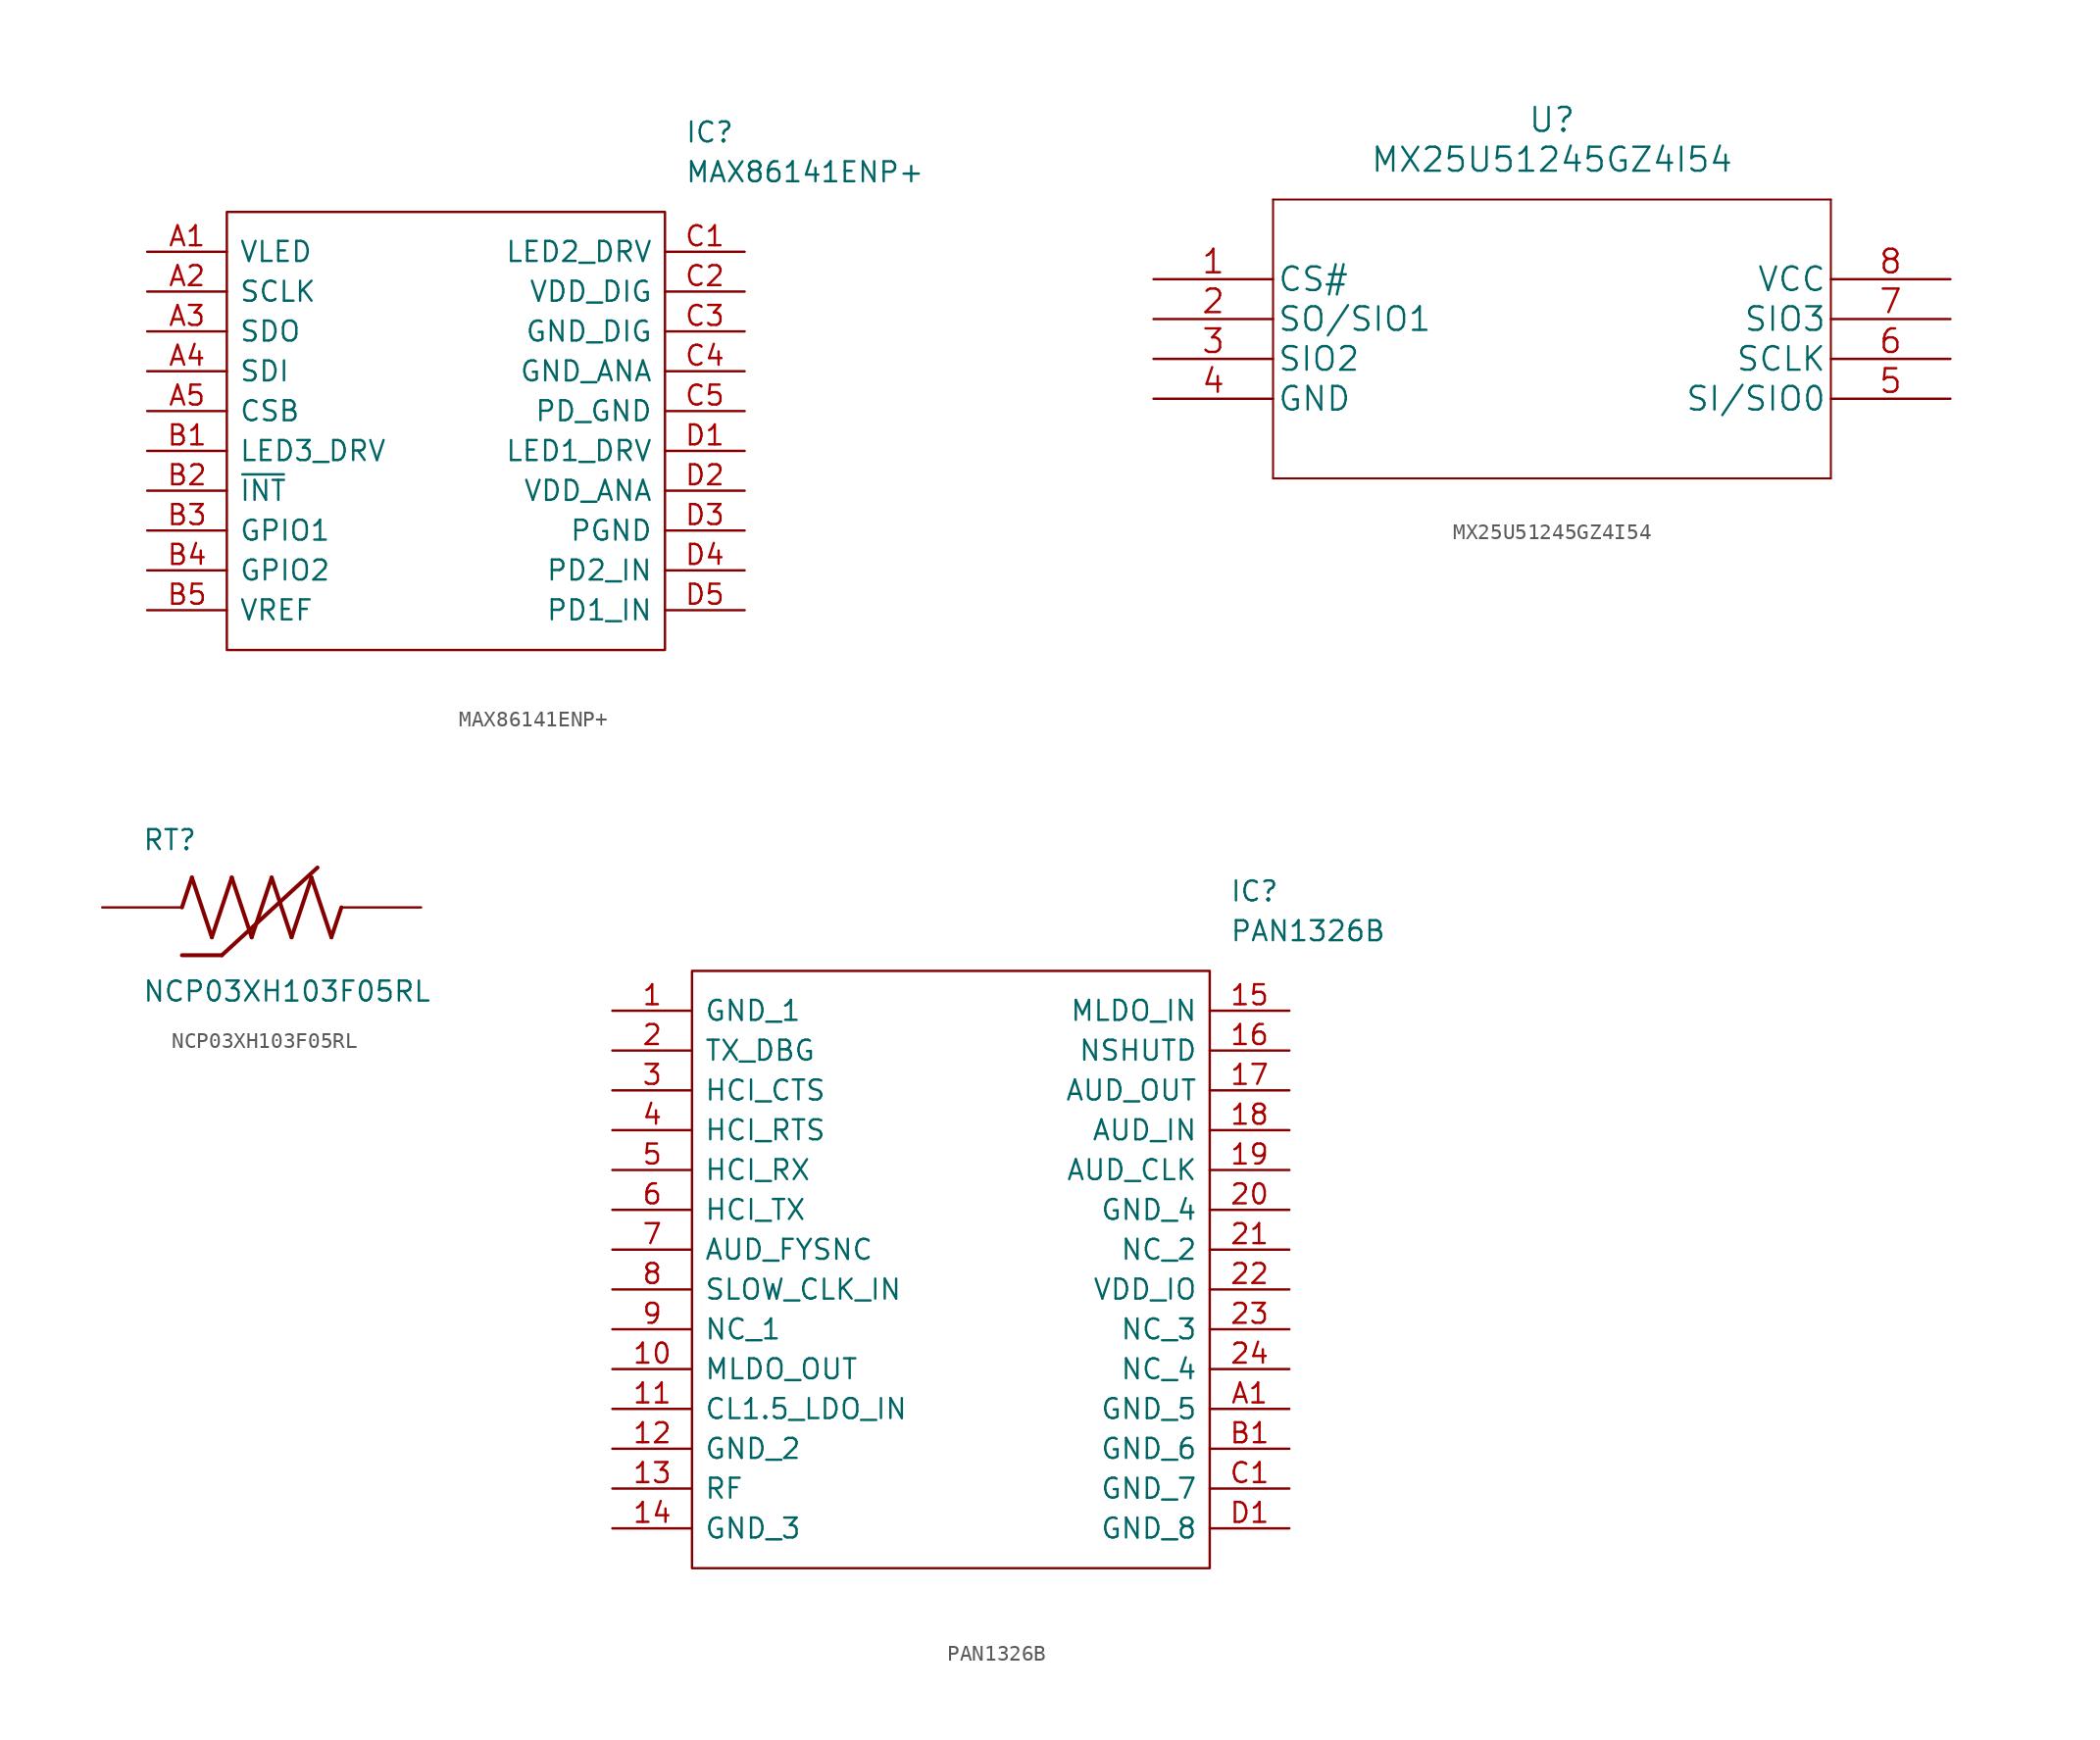
<source format=kicad_sym>
(kicad_symbol_lib
  (version 20211014)
  (generator kicad_symbol_editor)
  (symbol "MAX86141ENP+"
    (pin_names
      (offset 0.762))
    (property "Reference" "IC"
      (at 34.29 7.62 0)
      (effects (font (size 1.27 1.27)) (justify left)))
    (property "Value" "MAX86141ENP+"
      (at 34.29 5.08 0)
      (effects (font (size 1.27 1.27)) (justify left)))
    (symbol "MAX86141ENP+_0_0"
      (pin passive line (at 0 0 0) (length 5.08) (name "VLED" (effects (font (size 1.27 1.27)))) (number "A1" (effects (font (size 1.27 1.27)))))
      (pin passive line (at 0 -2.54 0) (length 5.08) (name "SCLK" (effects (font (size 1.27 1.27)))) (number "A2" (effects (font (size 1.27 1.27)))))
      (pin passive line (at 0 -5.08 0) (length 5.08) (name "SDO" (effects (font (size 1.27 1.27)))) (number "A3" (effects (font (size 1.27 1.27)))))
      (pin passive line (at 0 -7.62 0) (length 5.08) (name "SDI" (effects (font (size 1.27 1.27)))) (number "A4" (effects (font (size 1.27 1.27)))))
      (pin passive line (at 0 -10.16 0) (length 5.08) (name "CSB" (effects (font (size 1.27 1.27)))) (number "A5" (effects (font (size 1.27 1.27)))))
      (pin passive line (at 0 -12.7 0) (length 5.08) (name "LED3_DRV" (effects (font (size 1.27 1.27)))) (number "B1" (effects (font (size 1.27 1.27)))))
      (pin passive line (at 0 -15.24 0) (length 5.08) (name "~{INT}" (effects (font (size 1.27 1.27)))) (number "B2" (effects (font (size 1.27 1.27)))))
      (pin passive line (at 0 -17.78 0) (length 5.08) (name "GPIO1" (effects (font (size 1.27 1.27)))) (number "B3" (effects (font (size 1.27 1.27)))))
      (pin passive line (at 0 -20.32 0) (length 5.08) (name "GPIO2" (effects (font (size 1.27 1.27)))) (number "B4" (effects (font (size 1.27 1.27)))))
      (pin passive line (at 0 -22.86 0) (length 5.08) (name "VREF" (effects (font (size 1.27 1.27)))) (number "B5" (effects (font (size 1.27 1.27)))))
      (pin passive line (at 38.1 0 180) (length 5.08) (name "LED2_DRV" (effects (font (size 1.27 1.27)))) (number "C1" (effects (font (size 1.27 1.27)))))
      (pin passive line (at 38.1 -2.54 180) (length 5.08) (name "VDD_DIG" (effects (font (size 1.27 1.27)))) (number "C2" (effects (font (size 1.27 1.27)))))
      (pin passive line (at 38.1 -5.08 180) (length 5.08) (name "GND_DIG" (effects (font (size 1.27 1.27)))) (number "C3" (effects (font (size 1.27 1.27)))))
      (pin passive line (at 38.1 -7.62 180) (length 5.08) (name "GND_ANA" (effects (font (size 1.27 1.27)))) (number "C4" (effects (font (size 1.27 1.27)))))
      (pin passive line (at 38.1 -10.16 180) (length 5.08) (name "PD_GND" (effects (font (size 1.27 1.27)))) (number "C5" (effects (font (size 1.27 1.27)))))
      (pin passive line (at 38.1 -12.7 180) (length 5.08) (name "LED1_DRV" (effects (font (size 1.27 1.27)))) (number "D1" (effects (font (size 1.27 1.27)))))
      (pin passive line (at 38.1 -15.24 180) (length 5.08) (name "VDD_ANA" (effects (font (size 1.27 1.27)))) (number "D2" (effects (font (size 1.27 1.27)))))
      (pin passive line (at 38.1 -17.78 180) (length 5.08) (name "PGND" (effects (font (size 1.27 1.27)))) (number "D3" (effects (font (size 1.27 1.27)))))
      (pin passive line (at 38.1 -20.32 180) (length 5.08) (name "PD2_IN" (effects (font (size 1.27 1.27)))) (number "D4" (effects (font (size 1.27 1.27)))))
      (pin passive line (at 38.1 -22.86 180) (length 5.08) (name "PD1_IN" (effects (font (size 1.27 1.27)))) (number "D5" (effects (font (size 1.27 1.27))))))
    (symbol "MAX86141ENP+_0_1"
      (polyline (pts (xy 5.08 2.54) (xy 33.02 2.54) (xy 33.02 -25.4) (xy 5.08 -25.4) (xy 5.08 2.54)) (stroke (width 0.152) (type default) (color 0 0 0 0)) (fill (type none)))))
  (symbol "MX25U51245GZ4I54"
    (pin_names
      (offset 0.254))
    (property "Reference" "U"
      (at 25.4 10.16 0)
      (effects (font (size 1.524 1.524))))
    (property "Value" "MX25U51245GZ4I54"
      (at 25.4 7.62 0)
      (effects (font (size 1.524 1.524))))
    (property "Datasheet" ""
      (at 0 0 0)
      (effects (font (size 1.524 1.524))))
    (symbol "MX25U51245GZ4I54_1_1"
      (polyline (pts (xy 7.62 -12.7) (xy 43.18 -12.7)) (stroke (width 0.127) (type default) (color 0 0 0 0)) (fill (type none)))
      (polyline (pts (xy 7.62 5.08) (xy 7.62 -12.7)) (stroke (width 0.127) (type default) (color 0 0 0 0)) (fill (type none)))
      (polyline (pts (xy 43.18 -12.7) (xy 43.18 5.08)) (stroke (width 0.127) (type default) (color 0 0 0 0)) (fill (type none)))
      (polyline (pts (xy 43.18 5.08) (xy 7.62 5.08)) (stroke (width 0.127) (type default) (color 0 0 0 0)) (fill (type none)))
      (pin bidirectional line (at 0 0 0) (length 7.62) (name "CS#" (effects (font (size 1.499 1.499)))) (number "1" (effects (font (size 1.499 1.499)))))
      (pin bidirectional line (at 0 -2.54 0) (length 7.62) (name "SO/SIO1" (effects (font (size 1.499 1.499)))) (number "2" (effects (font (size 1.499 1.499)))))
      (pin bidirectional line (at 0 -5.08 0) (length 7.62) (name "SIO2" (effects (font (size 1.499 1.499)))) (number "3" (effects (font (size 1.499 1.499)))))
      (pin power_in line (at 0 -7.62 0) (length 7.62) (name "GND" (effects (font (size 1.499 1.499)))) (number "4" (effects (font (size 1.499 1.499)))))
      (pin bidirectional line (at 50.8 -7.62 180) (length 7.62) (name "SI/SIO0" (effects (font (size 1.499 1.499)))) (number "5" (effects (font (size 1.499 1.499)))))
      (pin input line (at 50.8 -5.08 180) (length 7.62) (name "SCLK" (effects (font (size 1.499 1.499)))) (number "6" (effects (font (size 1.499 1.499)))))
      (pin bidirectional line (at 50.8 -2.54 180) (length 7.62) (name "SIO3" (effects (font (size 1.499 1.499)))) (number "7" (effects (font (size 1.499 1.499)))))
      (pin power_in line (at 50.8 0 180) (length 7.62) (name "VCC" (effects (font (size 1.499 1.499)))) (number "8" (effects (font (size 1.499 1.499)))))))
  (symbol "NCP03XH103F05RL"
    (pin_numbers hide)
    (pin_names
      (offset 1.016) hide)
    (property "Reference" "RT"
      (at -7.62 3.556 0)
      (effects (font (size 1.27 1.27)) (justify left bottom)))
    (property "Value" "NCP03XH103F05RL"
      (at -7.62 -6.096 0)
      (effects (font (size 1.27 1.27)) (justify left bottom)))
    (symbol "NCP03XH103F05RL_0_0"
      (polyline (pts (xy -5.08 0) (xy -4.445 1.905)) (stroke (width 0.254) (type default) (color 0 0 0 0)) (fill (type none)))
      (polyline (pts (xy -4.445 1.905) (xy -3.175 -1.905)) (stroke (width 0.254) (type default) (color 0 0 0 0)) (fill (type none)))
      (polyline (pts (xy -3.175 -1.905) (xy -1.905 1.905)) (stroke (width 0.254) (type default) (color 0 0 0 0)) (fill (type none)))
      (polyline (pts (xy -2.54 -3.048) (xy -5.08 -3.048)) (stroke (width 0.254) (type default) (color 0 0 0 0)) (fill (type none)))
      (polyline (pts (xy -2.54 -3.048) (xy 3.556 2.54)) (stroke (width 0.254) (type default) (color 0 0 0 0)) (fill (type none)))
      (polyline (pts (xy -1.905 1.905) (xy -0.635 -1.905)) (stroke (width 0.254) (type default) (color 0 0 0 0)) (fill (type none)))
      (polyline (pts (xy -0.635 -1.905) (xy 0.635 1.905)) (stroke (width 0.254) (type default) (color 0 0 0 0)) (fill (type none)))
      (polyline (pts (xy 0.635 1.905) (xy 1.905 -1.905)) (stroke (width 0.254) (type default) (color 0 0 0 0)) (fill (type none)))
      (polyline (pts (xy 1.905 -1.905) (xy 3.175 1.905)) (stroke (width 0.254) (type default) (color 0 0 0 0)) (fill (type none)))
      (polyline (pts (xy 3.175 1.905) (xy 4.445 -1.905)) (stroke (width 0.254) (type default) (color 0 0 0 0)) (fill (type none)))
      (polyline (pts (xy 4.445 -1.905) (xy 5.08 0)) (stroke (width 0.254) (type default) (color 0 0 0 0)) (fill (type none)))
      (pin passive line (at -10.16 0 0) (length 5.08) (name "~" (effects (font (size 1.016 1.016)))) (number "1" (effects (font (size 1.016 1.016)))))
      (pin passive line (at 10.16 0 180) (length 5.08) (name "~" (effects (font (size 1.016 1.016)))) (number "2" (effects (font (size 1.016 1.016)))))))
  (symbol "PAN1326B"
    (pin_names
      (offset 0.762))
    (property "Reference" "IC"
      (at 39.37 7.62 0)
      (effects (font (size 1.27 1.27)) (justify left)))
    (property "Value" "PAN1326B"
      (at 39.37 5.08 0)
      (effects (font (size 1.27 1.27)) (justify left)))
    (symbol "PAN1326B_0_0"
      (pin passive line (at 0 0 0) (length 5.08) (name "GND_1" (effects (font (size 1.27 1.27)))) (number "1" (effects (font (size 1.27 1.27)))))
      (pin passive line (at 0 -22.86 0) (length 5.08) (name "MLDO_OUT" (effects (font (size 1.27 1.27)))) (number "10" (effects (font (size 1.27 1.27)))))
      (pin passive line (at 0 -25.4 0) (length 5.08) (name "CL1.5_LDO_IN" (effects (font (size 1.27 1.27)))) (number "11" (effects (font (size 1.27 1.27)))))
      (pin passive line (at 0 -27.94 0) (length 5.08) (name "GND_2" (effects (font (size 1.27 1.27)))) (number "12" (effects (font (size 1.27 1.27)))))
      (pin passive line (at 0 -30.48 0) (length 5.08) (name "RF" (effects (font (size 1.27 1.27)))) (number "13" (effects (font (size 1.27 1.27)))))
      (pin passive line (at 0 -33.02 0) (length 5.08) (name "GND_3" (effects (font (size 1.27 1.27)))) (number "14" (effects (font (size 1.27 1.27)))))
      (pin passive line (at 43.18 0 180) (length 5.08) (name "MLDO_IN" (effects (font (size 1.27 1.27)))) (number "15" (effects (font (size 1.27 1.27)))))
      (pin passive line (at 43.18 -2.54 180) (length 5.08) (name "NSHUTD" (effects (font (size 1.27 1.27)))) (number "16" (effects (font (size 1.27 1.27)))))
      (pin passive line (at 43.18 -5.08 180) (length 5.08) (name "AUD_OUT" (effects (font (size 1.27 1.27)))) (number "17" (effects (font (size 1.27 1.27)))))
      (pin passive line (at 43.18 -7.62 180) (length 5.08) (name "AUD_IN" (effects (font (size 1.27 1.27)))) (number "18" (effects (font (size 1.27 1.27)))))
      (pin passive line (at 43.18 -10.16 180) (length 5.08) (name "AUD_CLK" (effects (font (size 1.27 1.27)))) (number "19" (effects (font (size 1.27 1.27)))))
      (pin passive line (at 0 -2.54 0) (length 5.08) (name "TX_DBG" (effects (font (size 1.27 1.27)))) (number "2" (effects (font (size 1.27 1.27)))))
      (pin passive line (at 43.18 -12.7 180) (length 5.08) (name "GND_4" (effects (font (size 1.27 1.27)))) (number "20" (effects (font (size 1.27 1.27)))))
      (pin passive line (at 43.18 -15.24 180) (length 5.08) (name "NC_2" (effects (font (size 1.27 1.27)))) (number "21" (effects (font (size 1.27 1.27)))))
      (pin passive line (at 43.18 -17.78 180) (length 5.08) (name "VDD_IO" (effects (font (size 1.27 1.27)))) (number "22" (effects (font (size 1.27 1.27)))))
      (pin passive line (at 43.18 -20.32 180) (length 5.08) (name "NC_3" (effects (font (size 1.27 1.27)))) (number "23" (effects (font (size 1.27 1.27)))))
      (pin passive line (at 43.18 -22.86 180) (length 5.08) (name "NC_4" (effects (font (size 1.27 1.27)))) (number "24" (effects (font (size 1.27 1.27)))))
      (pin passive line (at 0 -5.08 0) (length 5.08) (name "HCI_CTS" (effects (font (size 1.27 1.27)))) (number "3" (effects (font (size 1.27 1.27)))))
      (pin passive line (at 0 -7.62 0) (length 5.08) (name "HCI_RTS" (effects (font (size 1.27 1.27)))) (number "4" (effects (font (size 1.27 1.27)))))
      (pin passive line (at 0 -10.16 0) (length 5.08) (name "HCI_RX" (effects (font (size 1.27 1.27)))) (number "5" (effects (font (size 1.27 1.27)))))
      (pin passive line (at 0 -12.7 0) (length 5.08) (name "HCI_TX" (effects (font (size 1.27 1.27)))) (number "6" (effects (font (size 1.27 1.27)))))
      (pin passive line (at 0 -15.24 0) (length 5.08) (name "AUD_FYSNC" (effects (font (size 1.27 1.27)))) (number "7" (effects (font (size 1.27 1.27)))))
      (pin passive line (at 0 -17.78 0) (length 5.08) (name "SLOW_CLK_IN" (effects (font (size 1.27 1.27)))) (number "8" (effects (font (size 1.27 1.27)))))
      (pin passive line (at 0 -20.32 0) (length 5.08) (name "NC_1" (effects (font (size 1.27 1.27)))) (number "9" (effects (font (size 1.27 1.27)))))
      (pin passive line (at 43.18 -25.4 180) (length 5.08) (name "GND_5" (effects (font (size 1.27 1.27)))) (number "A1" (effects (font (size 1.27 1.27)))))
      (pin passive line (at 43.18 -27.94 180) (length 5.08) (name "GND_6" (effects (font (size 1.27 1.27)))) (number "B1" (effects (font (size 1.27 1.27)))))
      (pin passive line (at 43.18 -30.48 180) (length 5.08) (name "GND_7" (effects (font (size 1.27 1.27)))) (number "C1" (effects (font (size 1.27 1.27)))))
      (pin passive line (at 43.18 -33.02 180) (length 5.08) (name "GND_8" (effects (font (size 1.27 1.27)))) (number "D1" (effects (font (size 1.27 1.27))))))
    (symbol "PAN1326B_0_1"
      (polyline (pts (xy 5.08 2.54) (xy 38.1 2.54) (xy 38.1 -35.56) (xy 5.08 -35.56) (xy 5.08 2.54)) (stroke (width 0.152) (type default) (color 0 0 0 0)) (fill (type none))))))
</source>
